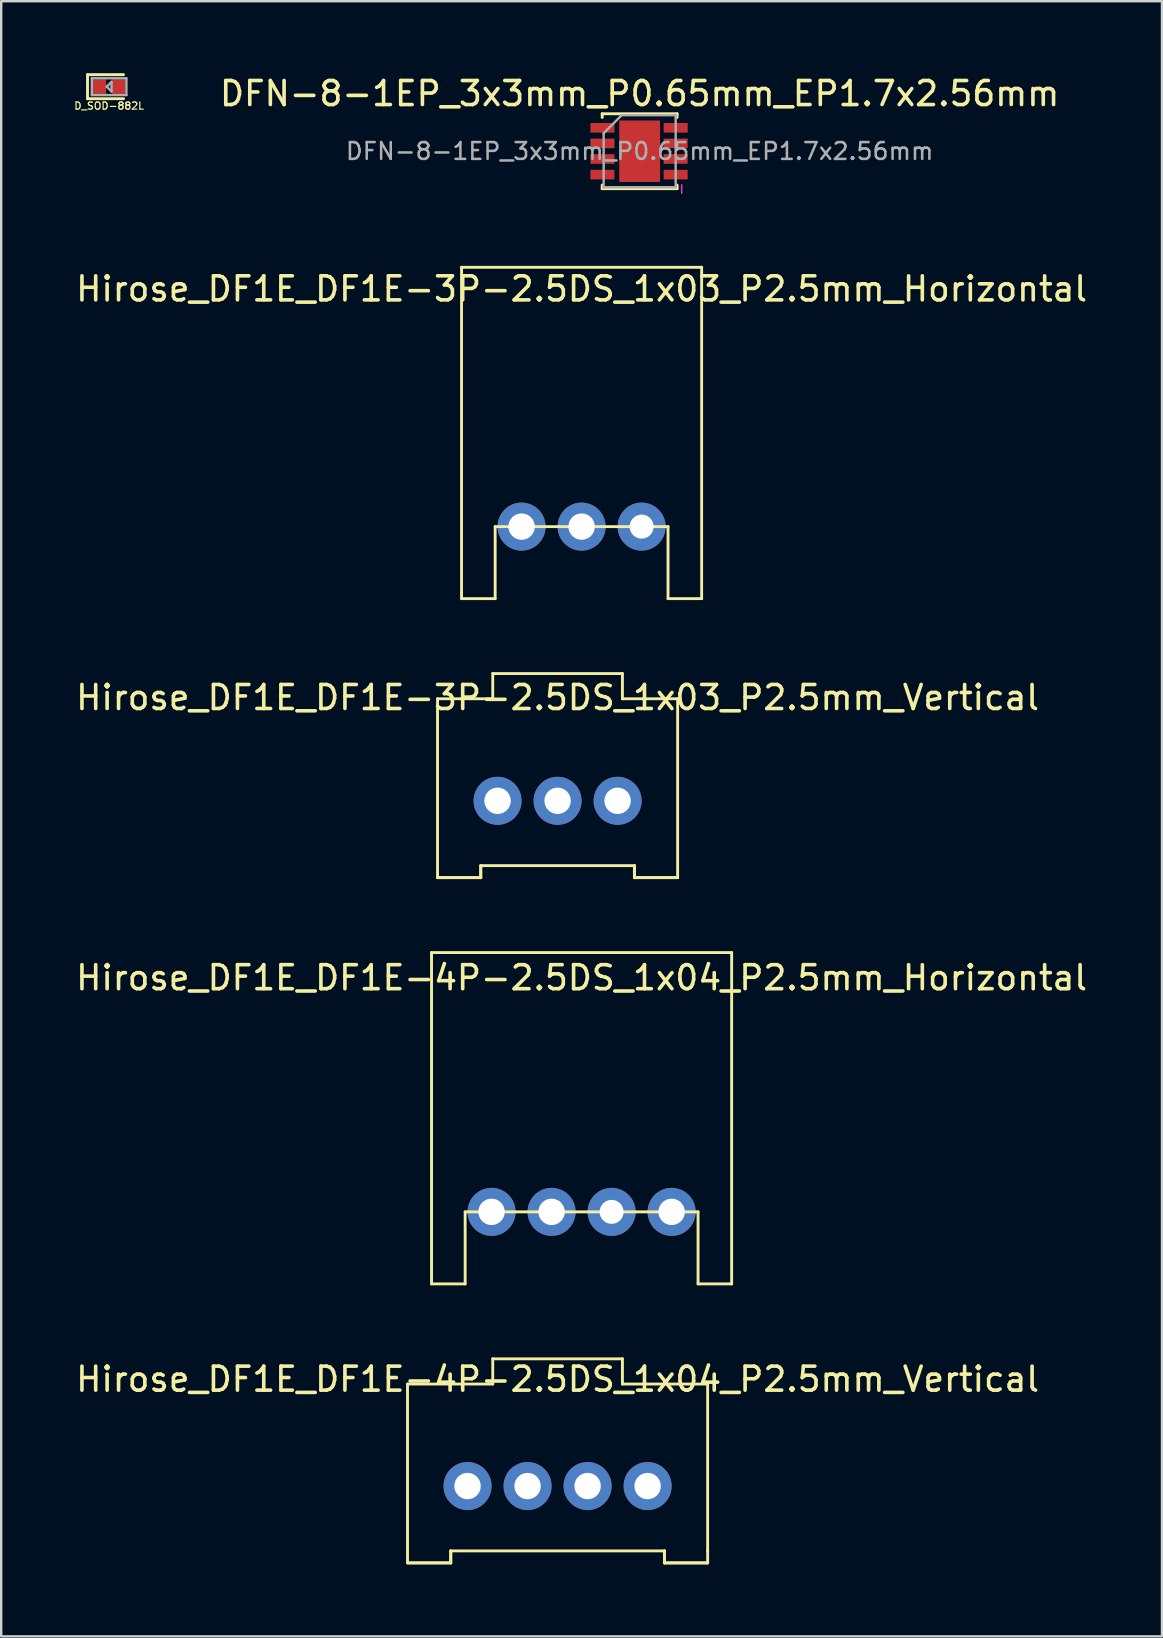
<source format=kicad_pcb>
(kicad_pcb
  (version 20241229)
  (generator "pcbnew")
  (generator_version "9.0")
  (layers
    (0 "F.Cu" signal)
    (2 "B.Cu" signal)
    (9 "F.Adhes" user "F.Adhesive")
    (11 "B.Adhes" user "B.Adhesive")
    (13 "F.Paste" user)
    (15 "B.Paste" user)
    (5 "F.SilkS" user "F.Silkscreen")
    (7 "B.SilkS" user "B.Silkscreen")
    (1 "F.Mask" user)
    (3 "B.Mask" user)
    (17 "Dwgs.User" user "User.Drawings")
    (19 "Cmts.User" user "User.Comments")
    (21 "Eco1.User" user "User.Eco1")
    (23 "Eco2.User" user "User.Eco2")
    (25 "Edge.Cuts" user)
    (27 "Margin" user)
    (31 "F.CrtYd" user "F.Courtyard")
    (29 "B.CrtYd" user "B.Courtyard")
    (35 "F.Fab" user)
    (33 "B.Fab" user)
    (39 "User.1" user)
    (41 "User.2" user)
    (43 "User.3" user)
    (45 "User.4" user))
  (footprint "Hirose_DF1E_DF1E-3P-2.5DS_1x03_P2.5mm_Horizontal"
    (layer "F.Cu")
    (at 18.673 18.883)
    (property "Reference" "Hirose_DF1E_DF1E-3P-2.5DS_1x03_P2.5mm_Horizontal" (at 2.5 -9.9 0) (layer "F.SilkS") (effects (font (size 1 1) (thickness 0.15))))
    (attr through_hole)
    (fp_line (start -2.5 3) (end -2.5 -10.8) (stroke (width 0.12) (type solid)) (layer "F.SilkS"))
    (fp_line (start -1.1 0) (end -1.1 3) (stroke (width 0.12) (type solid)) (layer "F.SilkS"))
    (fp_line (start -1.1 3) (end -2.5 3) (stroke (width 0.12) (type solid)) (layer "F.SilkS"))
    (fp_line (start 6.1 0) (end -1.1 0) (stroke (width 0.12) (type solid)) (layer "F.SilkS"))
    (fp_line (start 6.1 3) (end 6.1 0) (stroke (width 0.12) (type solid)) (layer "F.SilkS"))
    (fp_line (start 7.5 -10.8) (end -2.5 -10.8) (stroke (width 0.12) (type solid)) (layer "F.SilkS"))
    (fp_line (start 7.5 -10.8) (end 7.5 3) (stroke (width 0.12) (type solid)) (layer "F.SilkS"))
    (fp_line (start 7.5 3) (end 6.1 3) (stroke (width 0.12) (type solid)) (layer "F.SilkS"))
    (pad "1" thru_hole circle (at 0 0) (size 2 2) (drill 1.1) (layers "*.Cu" "*.Mask"))
    (pad "2" thru_hole circle (at 2.5 0) (size 2 2) (drill 1.1) (layers "*.Cu" "*.Mask"))
    (pad "3" thru_hole circle (at 5 0) (size 2 2) (drill 1) (layers "*.Cu" "*.Mask")))
  (footprint "D_SOD-882L"
    (layer "F.Cu")
    (at 1.095 0.56)
    (property "Reference" "D_SOD-882L" (at 0.4 0.8 0) (layer "F.SilkS") (effects (font (size 0.3 0.3) (thickness 0.05))))
    (attr smd)
    (fp_line (start -0.5 -0.5) (end 1 -0.5) (stroke (width 0.12) (type solid)) (layer "F.SilkS"))
    (fp_line (start -0.5 0.5) (end -0.5 -0.5) (stroke (width 0.12) (type solid)) (layer "F.SilkS"))
    (fp_line (start 1 0.5) (end -0.5 0.5) (stroke (width 0.12) (type solid)) (layer "F.SilkS"))
    (fp_line (start -0.32 -0.35) (end 1.12 -0.35) (stroke (width 0.1) (type solid)) (layer "F.Fab"))
    (fp_line (start -0.32 0.35) (end -0.32 -0.35) (stroke (width 0.1) (type solid)) (layer "F.Fab"))
    (fp_line (start 0.3 0) (end 0.5 0.2) (stroke (width 0.1) (type solid)) (layer "F.Fab"))
    (fp_line (start 0.5 -0.2) (end 0.3 0) (stroke (width 0.1) (type solid)) (layer "F.Fab"))
    (fp_line (start 0.5 0.2) (end 0.5 -0.2) (stroke (width 0.1) (type solid)) (layer "F.Fab"))
    (fp_line (start 1.12 -0.35) (end 1.12 0.35) (stroke (width 0.1) (type solid)) (layer "F.Fab"))
    (fp_line (start 1.12 0.35) (end -0.32 0.35) (stroke (width 0.1) (type solid)) (layer "F.Fab"))
    (pad "1" smd rect (at 0 0) (size 0.55 0.6) (layers "F.Cu" "F.Mask" "F.Paste"))
    (pad "2" smd rect (at 0.8 0) (size 0.55 0.6) (layers "F.Cu" "F.Mask" "F.Paste")))
  (footprint "Hirose_DF1E_DF1E-4P-2.5DS_1x04_P2.5mm_Horizontal"
    (layer "F.Cu")
    (at 17.423 47.423)
    (property "Reference" "Hirose_DF1E_DF1E-4P-2.5DS_1x04_P2.5mm_Horizontal" (at 3.75 -9.75 0) (layer "F.SilkS") (effects (font (size 1 1) (thickness 0.15))))
    (attr through_hole)
    (fp_line (start -2.5 3) (end -2.5 -10.8) (stroke (width 0.12) (type solid)) (layer "F.SilkS"))
    (fp_line (start -1.1 0) (end -1.1 3) (stroke (width 0.12) (type solid)) (layer "F.SilkS"))
    (fp_line (start -1.1 3) (end -2.5 3) (stroke (width 0.12) (type solid)) (layer "F.SilkS"))
    (fp_line (start 8.6 0) (end -1.1 0) (stroke (width 0.12) (type solid)) (layer "F.SilkS"))
    (fp_line (start 8.6 3) (end 8.6 0) (stroke (width 0.12) (type solid)) (layer "F.SilkS"))
    (fp_line (start 10 -10.8) (end -2.5 -10.8) (stroke (width 0.12) (type solid)) (layer "F.SilkS"))
    (fp_line (start 10 -10.8) (end 10 3) (stroke (width 0.12) (type solid)) (layer "F.SilkS"))
    (fp_line (start 10 3) (end 8.6 3) (stroke (width 0.12) (type solid)) (layer "F.SilkS"))
    (pad "1" thru_hole circle (at 0 0) (size 2 2) (drill 1.1) (layers "*.Cu" "*.Mask"))
    (pad "2" thru_hole circle (at 2.5 0) (size 2 2) (drill 1.1) (layers "*.Cu" "*.Mask"))
    (pad "3" thru_hole circle (at 5 0) (size 2 2) (drill 1) (layers "*.Cu" "*.Mask"))
    (pad "4" thru_hole circle (at 7.5 0) (size 2 2) (drill 1.1) (layers "*.Cu" "*.Mask")))
  (footprint "Hirose_DF1E_DF1E-4P-2.5DS_1x04_P2.5mm_Vertical"
    (layer "F.Cu")
    (at 16.423 58.843)
    (property "Reference" "Hirose_DF1E_DF1E-4P-2.5DS_1x04_P2.5mm_Vertical" (at 3.75 -4.45 0) (layer "F.SilkS") (effects (font (size 1 1) (thickness 0.15))))
    (attr through_hole)
    (fp_line (start -2.5 -4.25) (end -2.5 3.2) (stroke (width 0.12) (type solid)) (layer "F.SilkS"))
    (fp_line (start -2.5 3.2) (end -0.7 3.2) (stroke (width 0.12) (type solid)) (layer "F.SilkS"))
    (fp_line (start -2.5 3.2) (end -0.7 3.2) (stroke (width 0.12) (type solid)) (layer "F.SilkS"))
    (fp_line (start -0.7 3.2) (end -0.7 2.7) (stroke (width 0.12) (type solid)) (layer "F.SilkS"))
    (fp_line (start -0.7 3.2) (end -0.7 2.7) (stroke (width 0.12) (type solid)) (layer "F.SilkS"))
    (fp_line (start 1.05 -5.3) (end 1.05 -4.25) (stroke (width 0.12) (type solid)) (layer "F.SilkS"))
    (fp_line (start 1.05 -5.3) (end 6.45 -5.3) (stroke (width 0.12) (type solid)) (layer "F.SilkS"))
    (fp_line (start 1.05 -4.25) (end -2.5 -4.25) (stroke (width 0.12) (type solid)) (layer "F.SilkS"))
    (fp_line (start 6.45 -5.3) (end 6.45 -4.25) (stroke (width 0.12) (type solid)) (layer "F.SilkS"))
    (fp_line (start 6.45 -4.25) (end 10 -4.25) (stroke (width 0.12) (type solid)) (layer "F.SilkS"))
    (fp_line (start 8.2 2.7) (end -0.7 2.7) (stroke (width 0.12) (type solid)) (layer "F.SilkS"))
    (fp_line (start 8.2 2.7) (end 8.2 3.2) (stroke (width 0.12) (type solid)) (layer "F.SilkS"))
    (fp_line (start 8.2 3.2) (end 8.2 2.7) (stroke (width 0.12) (type solid)) (layer "F.SilkS"))
    (fp_line (start 8.2 3.2) (end 10 3.2) (stroke (width 0.12) (type solid)) (layer "F.SilkS"))
    (fp_line (start 10 2.7) (end 10 -4.25) (stroke (width 0.12) (type solid)) (layer "F.SilkS"))
    (fp_line (start 10 3.2) (end 8.2 3.2) (stroke (width 0.12) (type solid)) (layer "F.SilkS"))
    (fp_line (start 10 3.2) (end 10 2.7) (stroke (width 0.12) (type solid)) (layer "F.SilkS"))
    (pad "1" thru_hole circle (at 0 0) (size 2 2) (drill 1.1) (layers "*.Cu" "*.Mask"))
    (pad "2" thru_hole circle (at 2.5 0) (size 2 2) (drill 1.1) (layers "*.Cu" "*.Mask"))
    (pad "3" thru_hole circle (at 5 0) (size 2 2) (drill 1.1) (layers "*.Cu" "*.Mask"))
    (pad "4" thru_hole circle (at 7.5 0) (size 2 2) (drill 1.1) (layers "*.Cu" "*.Mask")))
  (footprint "DFN-8-1EP_3x3mm_P0.65mm_EP1.7x2.56mm"
    (layer "F.Cu")
    (at 23.591 3.248)
    (property "Reference" "DFN-8-1EP_3x3mm_P0.65mm_EP1.7x2.56mm" (at 0 -2.4 0) (layer "F.SilkS") (effects (font (size 1 1) (thickness 0.15))))
    (attr smd)
    (fp_line (start -1.56 -1.56) (end -1.56 -1.41) (stroke (width 0.12) (type solid)) (layer "F.SilkS"))
    (fp_line (start -1.56 -1.56) (end 1.56 -1.56) (stroke (width 0.12) (type solid)) (layer "F.SilkS"))
    (fp_line (start -1.56 1.56) (end -1.56 1.41) (stroke (width 0.12) (type solid)) (layer "F.SilkS"))
    (fp_line (start -1.56 1.56) (end 1.56 1.56) (stroke (width 0.12) (type solid)) (layer "F.SilkS"))
    (fp_line (start 1.56 -1.56) (end 1.56 -1.41) (stroke (width 0.12) (type solid)) (layer "F.SilkS"))
    (fp_line (start 1.56 1.56) (end 1.56 1.41) (stroke (width 0.12) (type solid)) (layer "F.SilkS"))
    (fp_line (start 1.75 1.75) (end 1.75 1.4) (stroke (width 0.05) (type solid)) (layer "F.CrtYd"))
    (fp_line (start 1.75 1.75) (end 1.75 1.4) (stroke (width 0.05) (type solid)) (layer "F.CrtYd"))
    (fp_line (start -1.5 -0.75) (end -0.75 -1.5) (stroke (width 0.1) (type solid)) (layer "F.Fab"))
    (fp_line (start -1.5 1.5) (end -1.5 -0.75) (stroke (width 0.1) (type solid)) (layer "F.Fab"))
    (fp_line (start -0.75 -1.5) (end 1.5 -1.5) (stroke (width 0.1) (type solid)) (layer "F.Fab"))
    (fp_line (start 1.5 -1.5) (end 1.5 1.5) (stroke (width 0.1) (type solid)) (layer "F.Fab"))
    (fp_line (start 1.5 1.5) (end -1.5 1.5) (stroke (width 0.1) (type solid)) (layer "F.Fab"))
    (fp_text user "${REFERENCE}" (at 0 0 0) (layer "F.Fab") (effects (font (size 0.7 0.7) (thickness 0.105))))
    (pad "" smd rect (at -0.388 -0.6) (size 0.6 1) (layers "F.Paste"))
    (pad "" smd rect (at -0.388 0.6) (size 0.6 1) (layers "F.Paste"))
    (pad "" smd rect (at 0.388 -0.6) (size 0.6 1) (layers "F.Paste"))
    (pad "" smd rect (at 0.388 0.6) (size 0.6 1) (layers "F.Paste"))
    (pad "1" smd rect (at -1.55 -0.975) (size 1 0.4) (layers "F.Cu" "F.Mask" "F.Paste"))
    (pad "2" smd rect (at -1.55 -0.325) (size 1 0.4) (layers "F.Cu" "F.Mask" "F.Paste"))
    (pad "3" smd rect (at -1.55 0.325) (size 1 0.4) (layers "F.Cu" "F.Mask" "F.Paste"))
    (pad "4" smd rect (at -1.55 0.975) (size 1 0.4) (layers "F.Cu" "F.Mask" "F.Paste"))
    (pad "5" smd rect (at 1.5 0.975) (size 1 0.4) (layers "F.Cu" "F.Mask" "F.Paste"))
    (pad "6" smd rect (at 1.5 0.325) (size 1 0.4) (layers "F.Cu" "F.Mask" "F.Paste"))
    (pad "7" smd rect (at 1.5 -0.325) (size 1 0.4) (layers "F.Cu" "F.Mask" "F.Paste"))
    (pad "8" smd rect (at 1.5 -0.975) (size 1 0.4) (layers "F.Cu" "F.Mask" "F.Paste"))
    (pad "9" smd rect (at 0 0) (size 1.7 2.56) (layers "F.Cu" "F.Mask")))
  (footprint "Hirose_DF1E_DF1E-3P-2.5DS_1x03_P2.5mm_Vertical"
    (layer "F.Cu")
    (at 17.673 30.303)
    (property "Reference" "Hirose_DF1E_DF1E-3P-2.5DS_1x03_P2.5mm_Vertical" (at 2.5 -4.3 0) (layer "F.SilkS") (effects (font (size 1 1) (thickness 0.15))))
    (attr through_hole)
    (fp_line (start -2.5 -4.25) (end -2.5 3.2) (stroke (width 0.12) (type solid)) (layer "F.SilkS"))
    (fp_line (start -2.5 3.2) (end -0.7 3.2) (stroke (width 0.12) (type solid)) (layer "F.SilkS"))
    (fp_line (start -2.5 3.2) (end -0.7 3.2) (stroke (width 0.12) (type solid)) (layer "F.SilkS"))
    (fp_line (start -0.7 2.7) (end 5.7 2.7) (stroke (width 0.12) (type solid)) (layer "F.SilkS"))
    (fp_line (start -0.7 3.2) (end -0.7 2.7) (stroke (width 0.12) (type solid)) (layer "F.SilkS"))
    (fp_line (start -0.7 3.2) (end -0.7 2.7) (stroke (width 0.12) (type solid)) (layer "F.SilkS"))
    (fp_line (start -0.2 -5.3) (end -0.2 -4.25) (stroke (width 0.12) (type solid)) (layer "F.SilkS"))
    (fp_line (start -0.2 -4.25) (end -2.5 -4.25) (stroke (width 0.12) (type solid)) (layer "F.SilkS"))
    (fp_line (start 5.2 -5.3) (end -0.2 -5.3) (stroke (width 0.12) (type solid)) (layer "F.SilkS"))
    (fp_line (start 5.2 -4.25) (end 5.2 -5.3) (stroke (width 0.12) (type solid)) (layer "F.SilkS"))
    (fp_line (start 5.7 2.7) (end 5.7 3.2) (stroke (width 0.12) (type solid)) (layer "F.SilkS"))
    (fp_line (start 5.7 3.2) (end 5.7 2.7) (stroke (width 0.12) (type solid)) (layer "F.SilkS"))
    (fp_line (start 5.7 3.2) (end 7.5 3.2) (stroke (width 0.12) (type solid)) (layer "F.SilkS"))
    (fp_line (start 7.5 -4.25) (end 5.2 -4.25) (stroke (width 0.12) (type solid)) (layer "F.SilkS"))
    (fp_line (start 7.5 3.2) (end 5.7 3.2) (stroke (width 0.12) (type solid)) (layer "F.SilkS"))
    (fp_line (start 7.5 3.2) (end 7.5 -4.25) (stroke (width 0.12) (type solid)) (layer "F.SilkS"))
    (pad "1" thru_hole circle (at 0 0) (size 2 2) (drill 1.1) (layers "*.Cu" "*.Mask"))
    (pad "2" thru_hole circle (at 2.5 0) (size 2 2) (drill 1.1) (layers "*.Cu" "*.Mask"))
    (pad "3" thru_hole circle (at 5 0) (size 2 2) (drill 1.1) (layers "*.Cu" "*.Mask")))
  (gr_rect
    (start -3 -3)
    (end 45.345 65.103)
    (stroke (width 0.1) (type default))
    (fill no)
    (layer "Edge.Cuts")))
</source>
